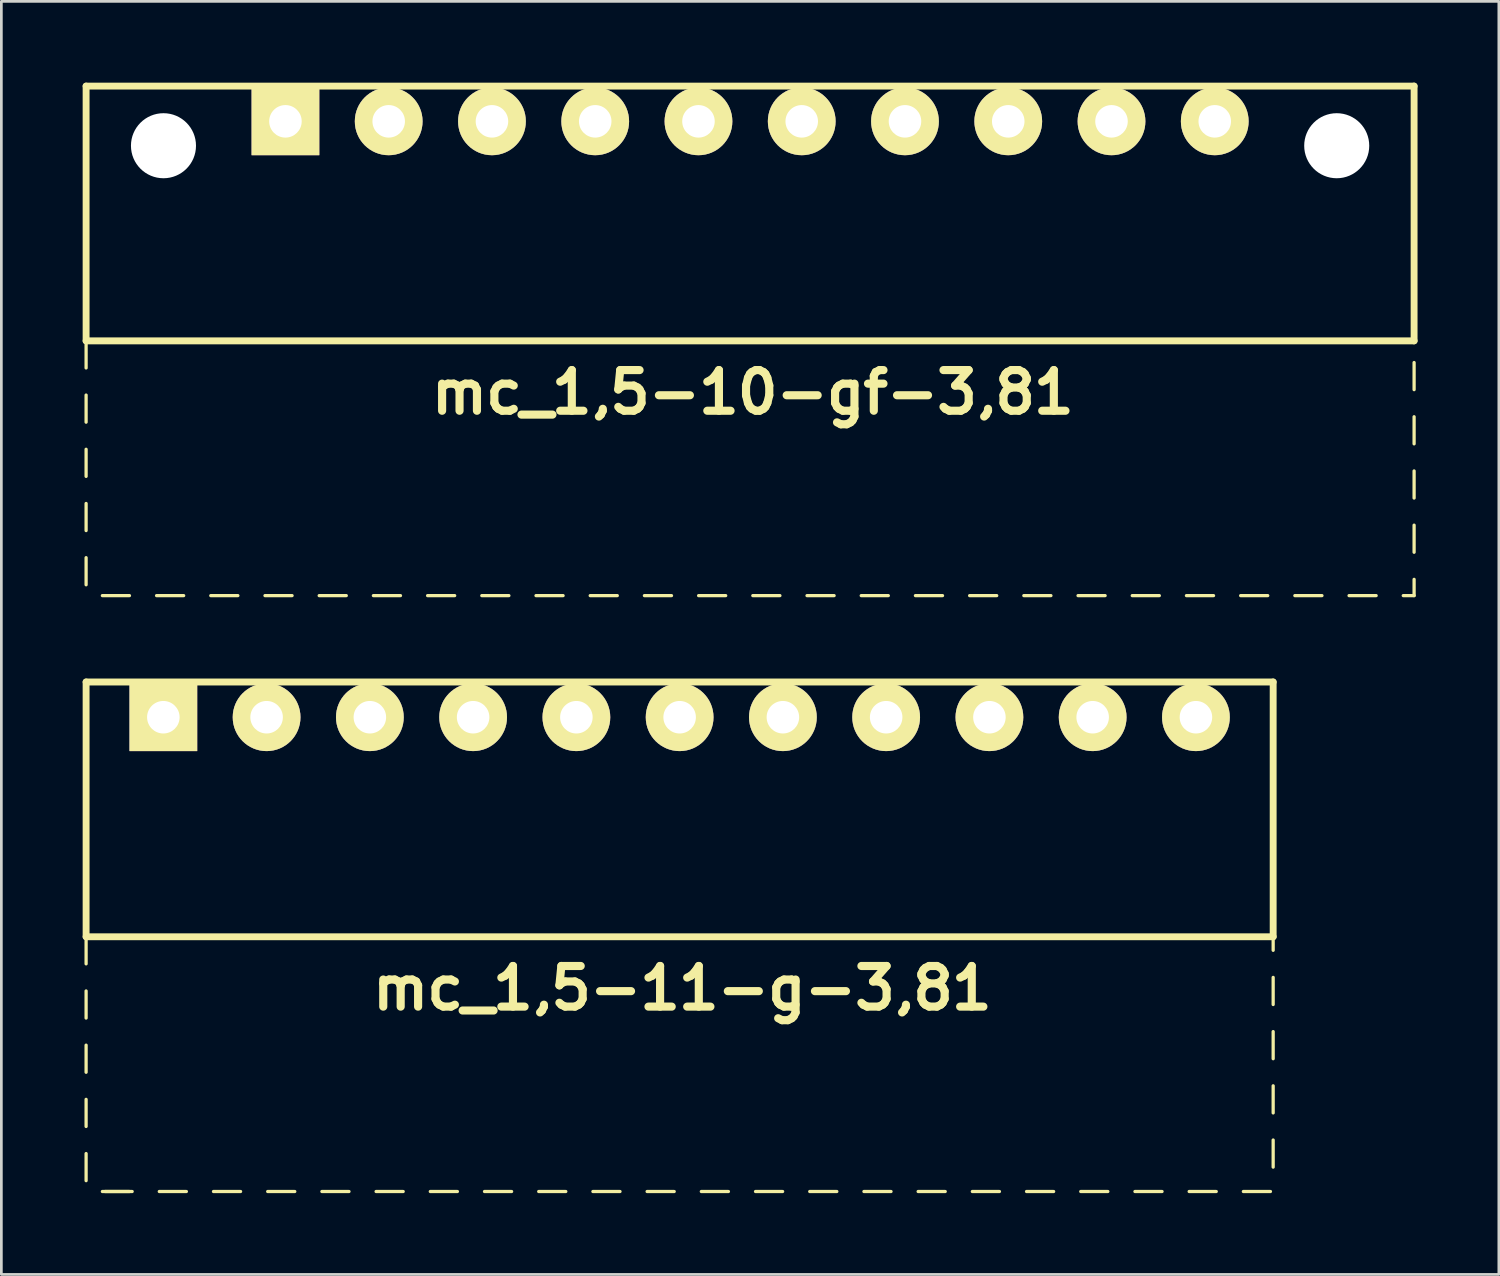
<source format=kicad_pcb>
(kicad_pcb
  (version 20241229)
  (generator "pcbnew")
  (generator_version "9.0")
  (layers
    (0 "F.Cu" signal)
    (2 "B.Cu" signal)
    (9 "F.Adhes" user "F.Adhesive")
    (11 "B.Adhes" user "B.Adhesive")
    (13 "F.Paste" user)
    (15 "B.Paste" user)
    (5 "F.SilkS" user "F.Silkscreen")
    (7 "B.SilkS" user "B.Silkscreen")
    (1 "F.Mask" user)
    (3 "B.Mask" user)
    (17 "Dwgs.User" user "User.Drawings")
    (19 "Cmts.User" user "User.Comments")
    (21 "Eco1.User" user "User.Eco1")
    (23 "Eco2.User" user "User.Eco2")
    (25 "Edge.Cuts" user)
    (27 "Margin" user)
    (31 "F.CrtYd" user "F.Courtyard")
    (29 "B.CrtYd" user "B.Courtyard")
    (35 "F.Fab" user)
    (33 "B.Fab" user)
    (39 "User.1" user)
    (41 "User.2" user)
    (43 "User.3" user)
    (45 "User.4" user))
  (footprint "mc_1,5-10-gf-3,81"
    (layer "F.Cu")
    (at 24.627 1.427)
    (property "Reference" "mc_1,5-10-gf-3,81" (at 0.1 10 0) (layer "F.SilkS") (effects (font (size 1.5 1.5) (thickness 0.3))))
    (attr through_hole)
    (fp_line (start -24.5 -1.3) (end -24.5 8.1) (stroke (width 0.254) (type solid)) (layer "F.SilkS"))
    (fp_line (start -24.5 -1.3) (end 24.5 -1.3) (stroke (width 0.254) (type solid)) (layer "F.SilkS"))
    (fp_line (start -24.5 8.1) (end -24.5 9.1) (stroke (width 0.12) (type solid)) (layer "F.SilkS"))
    (fp_line (start -24.5 8.1) (end 24.5 8.1) (stroke (width 0.254) (type solid)) (layer "F.SilkS"))
    (fp_line (start -24.5 10.1) (end -24.5 11.1) (stroke (width 0.12) (type solid)) (layer "F.SilkS"))
    (fp_line (start -24.5 12.1) (end -24.5 13.1) (stroke (width 0.12) (type solid)) (layer "F.SilkS"))
    (fp_line (start -24.5 14.1) (end -24.5 15.1) (stroke (width 0.12) (type solid)) (layer "F.SilkS"))
    (fp_line (start -24.5 16.1) (end -24.5 17.1) (stroke (width 0.12) (type solid)) (layer "F.SilkS"))
    (fp_line (start -23.9 17.5) (end -22.9 17.5) (stroke (width 0.12) (type solid)) (layer "F.SilkS"))
    (fp_line (start -21.9 17.5) (end -20.9 17.5) (stroke (width 0.12) (type solid)) (layer "F.SilkS"))
    (fp_line (start -19.9 17.5) (end -18.9 17.5) (stroke (width 0.12) (type solid)) (layer "F.SilkS"))
    (fp_line (start -17.9 17.5) (end -16.9 17.5) (stroke (width 0.12) (type solid)) (layer "F.SilkS"))
    (fp_line (start -15.9 17.5) (end -14.9 17.5) (stroke (width 0.12) (type solid)) (layer "F.SilkS"))
    (fp_line (start -13.9 17.5) (end -12.9 17.5) (stroke (width 0.12) (type solid)) (layer "F.SilkS"))
    (fp_line (start -11.9 17.5) (end -10.9 17.5) (stroke (width 0.12) (type solid)) (layer "F.SilkS"))
    (fp_line (start -9.9 17.5) (end -8.9 17.5) (stroke (width 0.12) (type solid)) (layer "F.SilkS"))
    (fp_line (start -7.9 17.5) (end -6.9 17.5) (stroke (width 0.12) (type solid)) (layer "F.SilkS"))
    (fp_line (start -5.9 17.5) (end -4.9 17.5) (stroke (width 0.12) (type solid)) (layer "F.SilkS"))
    (fp_line (start -3.9 17.5) (end -2.9 17.5) (stroke (width 0.12) (type solid)) (layer "F.SilkS"))
    (fp_line (start -1.9 17.5) (end -0.9 17.5) (stroke (width 0.12) (type solid)) (layer "F.SilkS"))
    (fp_line (start 0.1 17.5) (end 1.1 17.5) (stroke (width 0.12) (type solid)) (layer "F.SilkS"))
    (fp_line (start 2.1 17.5) (end 3.1 17.5) (stroke (width 0.12) (type solid)) (layer "F.SilkS"))
    (fp_line (start 4.1 17.5) (end 5.1 17.5) (stroke (width 0.12) (type solid)) (layer "F.SilkS"))
    (fp_line (start 6.1 17.5) (end 7.1 17.5) (stroke (width 0.12) (type solid)) (layer "F.SilkS"))
    (fp_line (start 8.1 17.5) (end 9.1 17.5) (stroke (width 0.12) (type solid)) (layer "F.SilkS"))
    (fp_line (start 10.1 17.5) (end 11.1 17.5) (stroke (width 0.12) (type solid)) (layer "F.SilkS"))
    (fp_line (start 12.1 17.5) (end 13.1 17.5) (stroke (width 0.12) (type solid)) (layer "F.SilkS"))
    (fp_line (start 14.1 17.5) (end 15.1 17.5) (stroke (width 0.12) (type solid)) (layer "F.SilkS"))
    (fp_line (start 16.1 17.5) (end 17.1 17.5) (stroke (width 0.12) (type solid)) (layer "F.SilkS"))
    (fp_line (start 18.1 17.5) (end 19.1 17.5) (stroke (width 0.12) (type solid)) (layer "F.SilkS"))
    (fp_line (start 20.1 17.5) (end 21.1 17.5) (stroke (width 0.12) (type solid)) (layer "F.SilkS"))
    (fp_line (start 22.1 17.5) (end 23.1 17.5) (stroke (width 0.12) (type solid)) (layer "F.SilkS"))
    (fp_line (start 24.1 17.5) (end 24.5 17.5) (stroke (width 0.12) (type solid)) (layer "F.SilkS"))
    (fp_line (start 24.5 -1.3) (end 24.5 8.1) (stroke (width 0.254) (type solid)) (layer "F.SilkS"))
    (fp_line (start 24.5 8.9) (end 24.5 9.9) (stroke (width 0.12) (type solid)) (layer "F.SilkS"))
    (fp_line (start 24.5 10.9) (end 24.5 11.9) (stroke (width 0.12) (type solid)) (layer "F.SilkS"))
    (fp_line (start 24.5 12.9) (end 24.5 13.9) (stroke (width 0.12) (type solid)) (layer "F.SilkS"))
    (fp_line (start 24.5 14.9) (end 24.5 15.9) (stroke (width 0.12) (type solid)) (layer "F.SilkS"))
    (fp_line (start 24.5 16.9) (end 24.5 17.5) (stroke (width 0.12) (type solid)) (layer "F.SilkS"))
    (pad "" np_thru_hole circle (at -21.645 0.9) (size 2.4 2.4) (drill 2.4) (layers "*.Cu" "*.Mask"))
    (pad "" np_thru_hole circle (at 21.645 0.9) (size 2.4 2.4) (drill 2.4) (layers "*.Cu" "*.Mask"))
    (pad "1" thru_hole rect (at -17.145 0) (size 2.5 2.5) (drill 1.2) (layers "*.Cu" "*.Mask" "F.SilkS"))
    (pad "2" thru_hole circle (at -13.335 0) (size 2.5 2.5) (drill 1.2) (layers "*.Cu" "*.Mask" "F.SilkS"))
    (pad "3" thru_hole circle (at -9.525 0) (size 2.5 2.5) (drill 1.2) (layers "*.Cu" "*.Mask" "F.SilkS"))
    (pad "4" thru_hole circle (at -5.715 0) (size 2.5 2.5) (drill 1.2) (layers "*.Cu" "*.Mask" "F.SilkS"))
    (pad "5" thru_hole circle (at -1.905 0) (size 2.5 2.5) (drill 1.2) (layers "*.Cu" "*.Mask" "F.SilkS"))
    (pad "6" thru_hole circle (at 1.905 0) (size 2.5 2.5) (drill 1.2) (layers "*.Cu" "*.Mask" "F.SilkS"))
    (pad "7" thru_hole circle (at 5.715 0) (size 2.5 2.5) (drill 1.2) (layers "*.Cu" "*.Mask" "F.SilkS"))
    (pad "8" thru_hole circle (at 9.525 0) (size 2.5 2.5) (drill 1.2) (layers "*.Cu" "*.Mask" "F.SilkS"))
    (pad "9" thru_hole circle (at 13.335 0) (size 2.5 2.5) (drill 1.2) (layers "*.Cu" "*.Mask" "F.SilkS"))
    (pad "10" thru_hole circle (at 17.145 0) (size 2.5 2.5) (drill 1.2) (layers "*.Cu" "*.Mask" "F.SilkS")))
  (footprint "mc_1,5-11-g-3,81"
    (layer "F.Cu")
    (at 22.027 23.414)
    (property "Reference" "mc_1,5-11-g-3,81" (at 0.1 10 0) (layer "F.SilkS") (effects (font (size 1.5 1.5) (thickness 0.3))))
    (attr through_hole)
    (fp_line (start -21.9 -1.3) (end -21.9 8.1) (stroke (width 0.254) (type solid)) (layer "F.SilkS"))
    (fp_line (start -21.9 -1.3) (end 21.9 -1.3) (stroke (width 0.254) (type solid)) (layer "F.SilkS"))
    (fp_line (start -21.9 8.1) (end -21.9 9.1) (stroke (width 0.12) (type solid)) (layer "F.SilkS"))
    (fp_line (start -21.9 8.1) (end 21.9 8.1) (stroke (width 0.254) (type solid)) (layer "F.SilkS"))
    (fp_line (start -21.9 10.1) (end -21.9 11.1) (stroke (width 0.12) (type solid)) (layer "F.SilkS"))
    (fp_line (start -21.9 12.1) (end -21.9 13.1) (stroke (width 0.12) (type solid)) (layer "F.SilkS"))
    (fp_line (start -21.9 14.1) (end -21.9 15.1) (stroke (width 0.12) (type solid)) (layer "F.SilkS"))
    (fp_line (start -21.9 16.1) (end -21.9 17.1) (stroke (width 0.12) (type solid)) (layer "F.SilkS"))
    (fp_line (start -21.3 17.5) (end -20.3 17.5) (stroke (width 0.12) (type solid)) (layer "F.SilkS"))
    (fp_line (start -21.2 17.5) (end -20.2 17.5) (stroke (width 0.12) (type solid)) (layer "F.SilkS"))
    (fp_line (start -19.2 17.5) (end -18.2 17.5) (stroke (width 0.12) (type solid)) (layer "F.SilkS"))
    (fp_line (start -17.2 17.5) (end -16.2 17.5) (stroke (width 0.12) (type solid)) (layer "F.SilkS"))
    (fp_line (start -15.2 17.5) (end -14.2 17.5) (stroke (width 0.12) (type solid)) (layer "F.SilkS"))
    (fp_line (start -13.2 17.5) (end -12.2 17.5) (stroke (width 0.12) (type solid)) (layer "F.SilkS"))
    (fp_line (start -11.2 17.5) (end -10.2 17.5) (stroke (width 0.12) (type solid)) (layer "F.SilkS"))
    (fp_line (start -9.2 17.5) (end -8.2 17.5) (stroke (width 0.12) (type solid)) (layer "F.SilkS"))
    (fp_line (start -7.2 17.5) (end -6.2 17.5) (stroke (width 0.12) (type solid)) (layer "F.SilkS"))
    (fp_line (start -5.2 17.5) (end -4.2 17.5) (stroke (width 0.12) (type solid)) (layer "F.SilkS"))
    (fp_line (start -3.2 17.5) (end -2.2 17.5) (stroke (width 0.12) (type solid)) (layer "F.SilkS"))
    (fp_line (start -1.2 17.5) (end -0.2 17.5) (stroke (width 0.12) (type solid)) (layer "F.SilkS"))
    (fp_line (start 0.8 17.5) (end 1.8 17.5) (stroke (width 0.12) (type solid)) (layer "F.SilkS"))
    (fp_line (start 2.8 17.5) (end 3.8 17.5) (stroke (width 0.12) (type solid)) (layer "F.SilkS"))
    (fp_line (start 4.8 17.5) (end 5.8 17.5) (stroke (width 0.12) (type solid)) (layer "F.SilkS"))
    (fp_line (start 6.8 17.5) (end 7.8 17.5) (stroke (width 0.12) (type solid)) (layer "F.SilkS"))
    (fp_line (start 8.8 17.5) (end 9.8 17.5) (stroke (width 0.12) (type solid)) (layer "F.SilkS"))
    (fp_line (start 10.8 17.5) (end 11.8 17.5) (stroke (width 0.12) (type solid)) (layer "F.SilkS"))
    (fp_line (start 12.8 17.5) (end 13.8 17.5) (stroke (width 0.12) (type solid)) (layer "F.SilkS"))
    (fp_line (start 14.8 17.5) (end 15.8 17.5) (stroke (width 0.12) (type solid)) (layer "F.SilkS"))
    (fp_line (start 16.8 17.5) (end 17.8 17.5) (stroke (width 0.12) (type solid)) (layer "F.SilkS"))
    (fp_line (start 18.8 17.5) (end 19.8 17.5) (stroke (width 0.12) (type solid)) (layer "F.SilkS"))
    (fp_line (start 20.8 17.5) (end 21.8 17.5) (stroke (width 0.12) (type solid)) (layer "F.SilkS"))
    (fp_line (start 21.9 -1.3) (end 21.9 8.1) (stroke (width 0.254) (type solid)) (layer "F.SilkS"))
    (fp_line (start 21.9 8.1) (end 21.9 8.6) (stroke (width 0.12) (type solid)) (layer "F.SilkS"))
    (fp_line (start 21.9 9.6) (end 21.9 10.6) (stroke (width 0.12) (type solid)) (layer "F.SilkS"))
    (fp_line (start 21.9 11.6) (end 21.9 12.6) (stroke (width 0.12) (type solid)) (layer "F.SilkS"))
    (fp_line (start 21.9 13.6) (end 21.9 14.6) (stroke (width 0.12) (type solid)) (layer "F.SilkS"))
    (fp_line (start 21.9 15.6) (end 21.9 16.6) (stroke (width 0.12) (type solid)) (layer "F.SilkS"))
    (pad "1" thru_hole rect (at -19.05 0) (size 2.5 2.5) (drill 1.2) (layers "*.Cu" "*.Mask" "F.SilkS"))
    (pad "2" thru_hole circle (at -15.24 0) (size 2.5 2.5) (drill 1.2) (layers "*.Cu" "*.Mask" "F.SilkS"))
    (pad "3" thru_hole circle (at -11.43 0) (size 2.5 2.5) (drill 1.2) (layers "*.Cu" "*.Mask" "F.SilkS"))
    (pad "4" thru_hole circle (at -7.62 0) (size 2.5 2.5) (drill 1.2) (layers "*.Cu" "*.Mask" "F.SilkS"))
    (pad "5" thru_hole circle (at -3.81 0) (size 2.5 2.5) (drill 1.2) (layers "*.Cu" "*.Mask" "F.SilkS"))
    (pad "6" thru_hole circle (at 0 0) (size 2.5 2.5) (drill 1.2) (layers "*.Cu" "*.Mask" "F.SilkS"))
    (pad "7" thru_hole circle (at 3.81 0) (size 2.5 2.5) (drill 1.2) (layers "*.Cu" "*.Mask" "F.SilkS"))
    (pad "8" thru_hole circle (at 7.62 0) (size 2.5 2.5) (drill 1.2) (layers "*.Cu" "*.Mask" "F.SilkS"))
    (pad "9" thru_hole circle (at 11.43 0) (size 2.5 2.5) (drill 1.2) (layers "*.Cu" "*.Mask" "F.SilkS"))
    (pad "10" thru_hole circle (at 15.24 0) (size 2.5 2.5) (drill 1.2) (layers "*.Cu" "*.Mask" "F.SilkS"))
    (pad "11" thru_hole circle (at 19.05 0) (size 2.5 2.5) (drill 1.2) (layers "*.Cu" "*.Mask" "F.SilkS")))
  (gr_rect
    (start -3 -3)
    (end 52.254 43.974)
    (stroke (width 0.1) (type default))
    (fill no)
    (layer "Edge.Cuts")))
</source>
